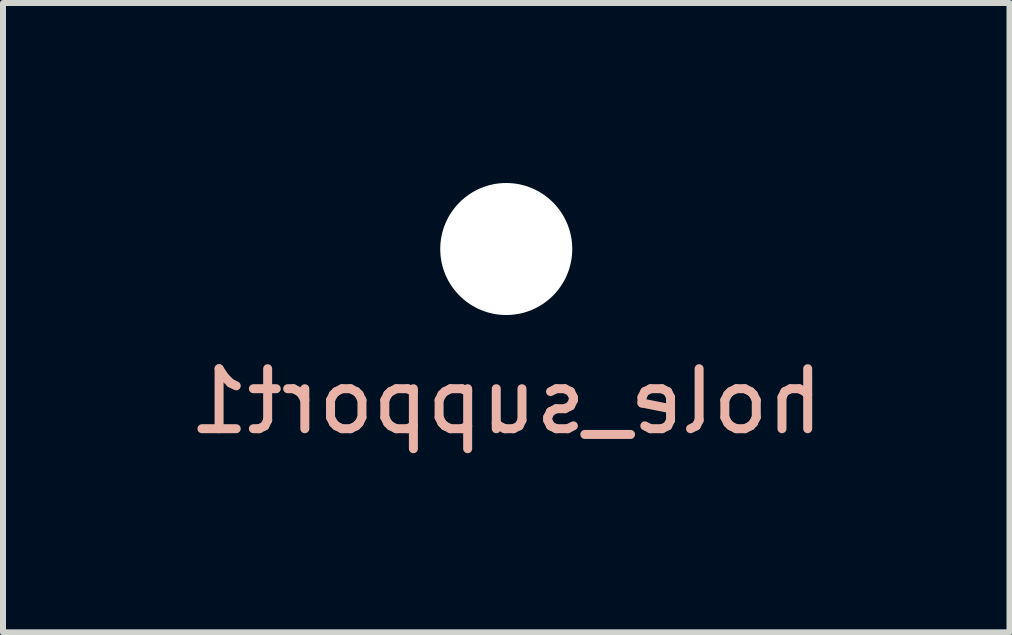
<source format=kicad_pcb>
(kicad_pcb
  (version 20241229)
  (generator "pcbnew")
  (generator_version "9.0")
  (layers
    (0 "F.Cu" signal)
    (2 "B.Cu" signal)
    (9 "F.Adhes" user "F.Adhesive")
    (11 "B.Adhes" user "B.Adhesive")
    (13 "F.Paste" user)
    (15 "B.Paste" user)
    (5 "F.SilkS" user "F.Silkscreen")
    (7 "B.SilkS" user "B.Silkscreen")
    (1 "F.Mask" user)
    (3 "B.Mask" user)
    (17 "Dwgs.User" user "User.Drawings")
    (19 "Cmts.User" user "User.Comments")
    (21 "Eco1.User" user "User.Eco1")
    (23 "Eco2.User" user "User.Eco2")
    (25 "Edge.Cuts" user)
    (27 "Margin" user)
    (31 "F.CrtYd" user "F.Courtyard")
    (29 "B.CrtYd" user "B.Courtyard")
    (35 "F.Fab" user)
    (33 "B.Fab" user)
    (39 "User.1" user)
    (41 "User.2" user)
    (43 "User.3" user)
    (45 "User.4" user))
  (footprint "hole_support1"
    (layer "F.Cu")
    (at 5.387 1.1)
    (property "Reference" "hole_support1" (at 0 2.54 0) (layer "B.SilkS") (effects (font (size 1 1) (thickness 0.15)) (justify mirror)))
    (attr through_hole)
    (pad "" np_thru_hole circle (at 0 0) (size 2.2 2.2) (drill 2.2) (layers "*.Cu" "*.Mask")))
  (gr_rect
    (start -3 -3)
    (end 13.774 7.488)
    (stroke (width 0.1) (type default))
    (fill no)
    (layer "Edge.Cuts")))
</source>
